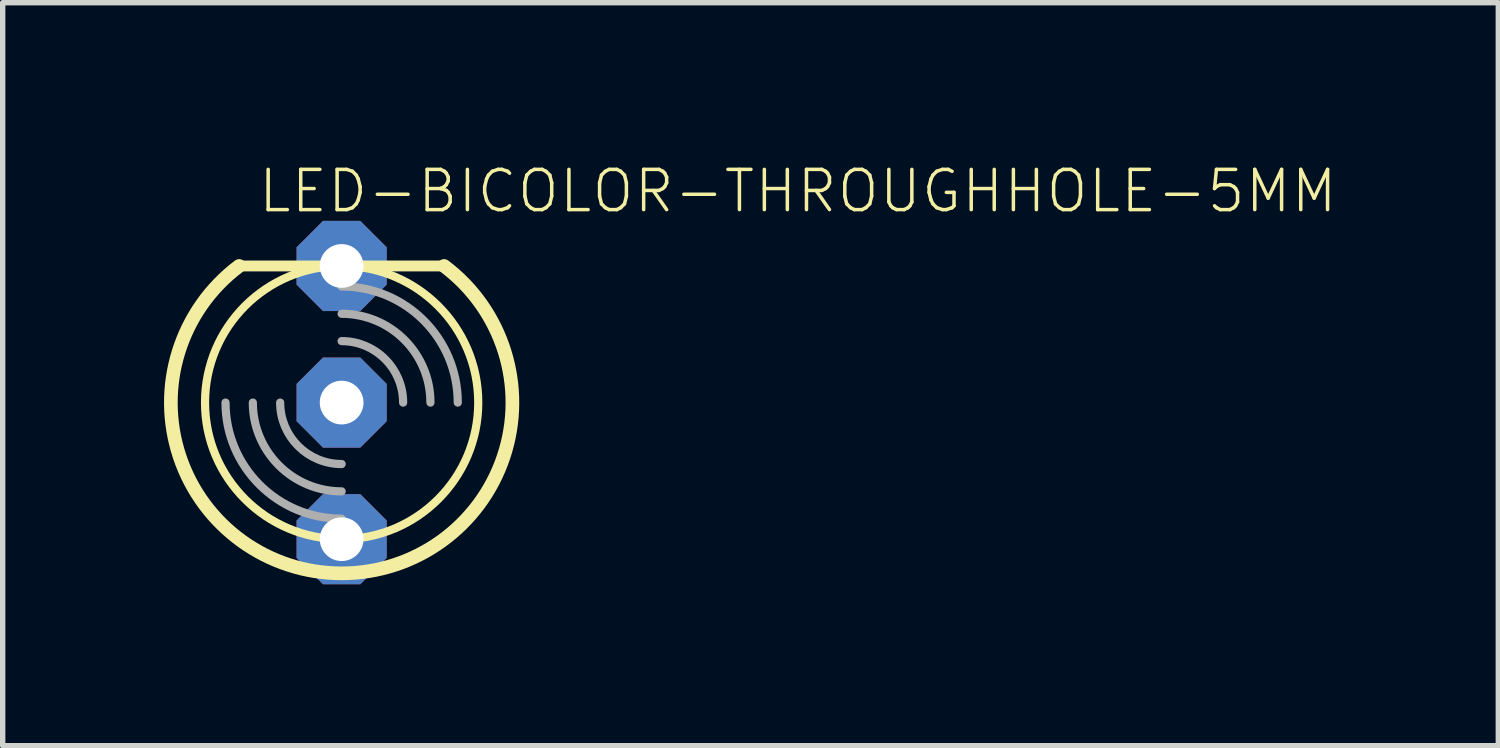
<source format=kicad_pcb>
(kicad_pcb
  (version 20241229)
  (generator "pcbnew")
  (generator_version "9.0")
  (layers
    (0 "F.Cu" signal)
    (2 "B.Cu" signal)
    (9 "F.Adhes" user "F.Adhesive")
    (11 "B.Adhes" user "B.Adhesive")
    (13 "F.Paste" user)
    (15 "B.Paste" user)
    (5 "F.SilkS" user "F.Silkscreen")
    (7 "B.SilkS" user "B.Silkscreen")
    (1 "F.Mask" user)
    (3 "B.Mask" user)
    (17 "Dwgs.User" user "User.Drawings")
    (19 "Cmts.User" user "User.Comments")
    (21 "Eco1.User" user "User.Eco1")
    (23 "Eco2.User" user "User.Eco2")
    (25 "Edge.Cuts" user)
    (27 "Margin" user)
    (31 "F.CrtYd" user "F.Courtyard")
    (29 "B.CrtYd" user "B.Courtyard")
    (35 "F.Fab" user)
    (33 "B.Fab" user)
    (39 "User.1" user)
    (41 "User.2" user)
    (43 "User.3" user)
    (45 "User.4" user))
  (footprint "LED-BICOLOR-THROUGHHOLE-5MM"
    (layer "F.Cu")
    (at 3.302 4.435)
    (property "Reference" "LED-BICOLOR-THROUGHHOLE-5MM" (at -1.587 -3.493 0) (layer "F.SilkS") (effects (font (size 0.748 0.748) (thickness 0.065)) (justify left bottom)))
    (fp_line (start 1.905 -2.54) (end -1.905 -2.54) (stroke (width 0.203) (type solid)) (layer "F.SilkS"))
    (fp_arc (start 1.905 -2.54) (mid 0 3.175) (end -1.905 -2.54) (stroke (width 0.254) (type solid)) (layer "F.SilkS"))
    (fp_circle (center 0 0) (end 2.54 0) (stroke (width 0.152) (type solid)) (fill no) (layer "F.SilkS"))
    (fp_arc (start 0 -2.159) (mid 1.526644 -1.526644) (end 2.159 0) (stroke (width 0.1524) (type solid)) (layer "F.Fab"))
    (fp_arc (start 0 -1.651) (mid 1.167433 -1.167433) (end 1.651 0) (stroke (width 0.1524) (type solid)) (layer "F.Fab"))
    (fp_arc (start 0 -1.143) (mid 0.808223 -0.808223) (end 1.143 0) (stroke (width 0.1524) (type solid)) (layer "F.Fab"))
    (fp_arc (start 0 1.143) (mid -0.808223 0.808223) (end -1.143 0) (stroke (width 0.1524) (type solid)) (layer "F.Fab"))
    (fp_arc (start 0 1.651) (mid -1.167433 1.167433) (end -1.651 0) (stroke (width 0.1524) (type solid)) (layer "F.Fab"))
    (fp_arc (start 0 2.159) (mid -1.526644 1.526644) (end -2.159 0) (stroke (width 0.1524) (type solid)) (layer "F.Fab"))
    (pad "1" thru_hole roundrect (at 0 -2.54) (size 1.676 1.676) (drill 0.813) (layers "*.Cu" "*.Mask") (roundrect_rratio 0.25) (chamfer_ratio 0.293) (chamfer top_left top_right bottom_left bottom_right))
    (pad "2" thru_hole roundrect (at 0 0) (size 1.676 1.676) (drill 0.813) (layers "*.Cu" "*.Mask") (roundrect_rratio 0.25) (chamfer_ratio 0.293) (chamfer top_left top_right bottom_left bottom_right))
    (pad "3" thru_hole roundrect (at 0 2.54) (size 1.676 1.676) (drill 0.813) (layers "*.Cu" "*.Mask") (roundrect_rratio 0.25) (chamfer_ratio 0.293) (chamfer top_left top_right bottom_left bottom_right)))
  (gr_rect
    (start -3 -3)
    (end 24.808 10.814)
    (stroke (width 0.1) (type default))
    (fill no)
    (layer "Edge.Cuts")))
</source>
